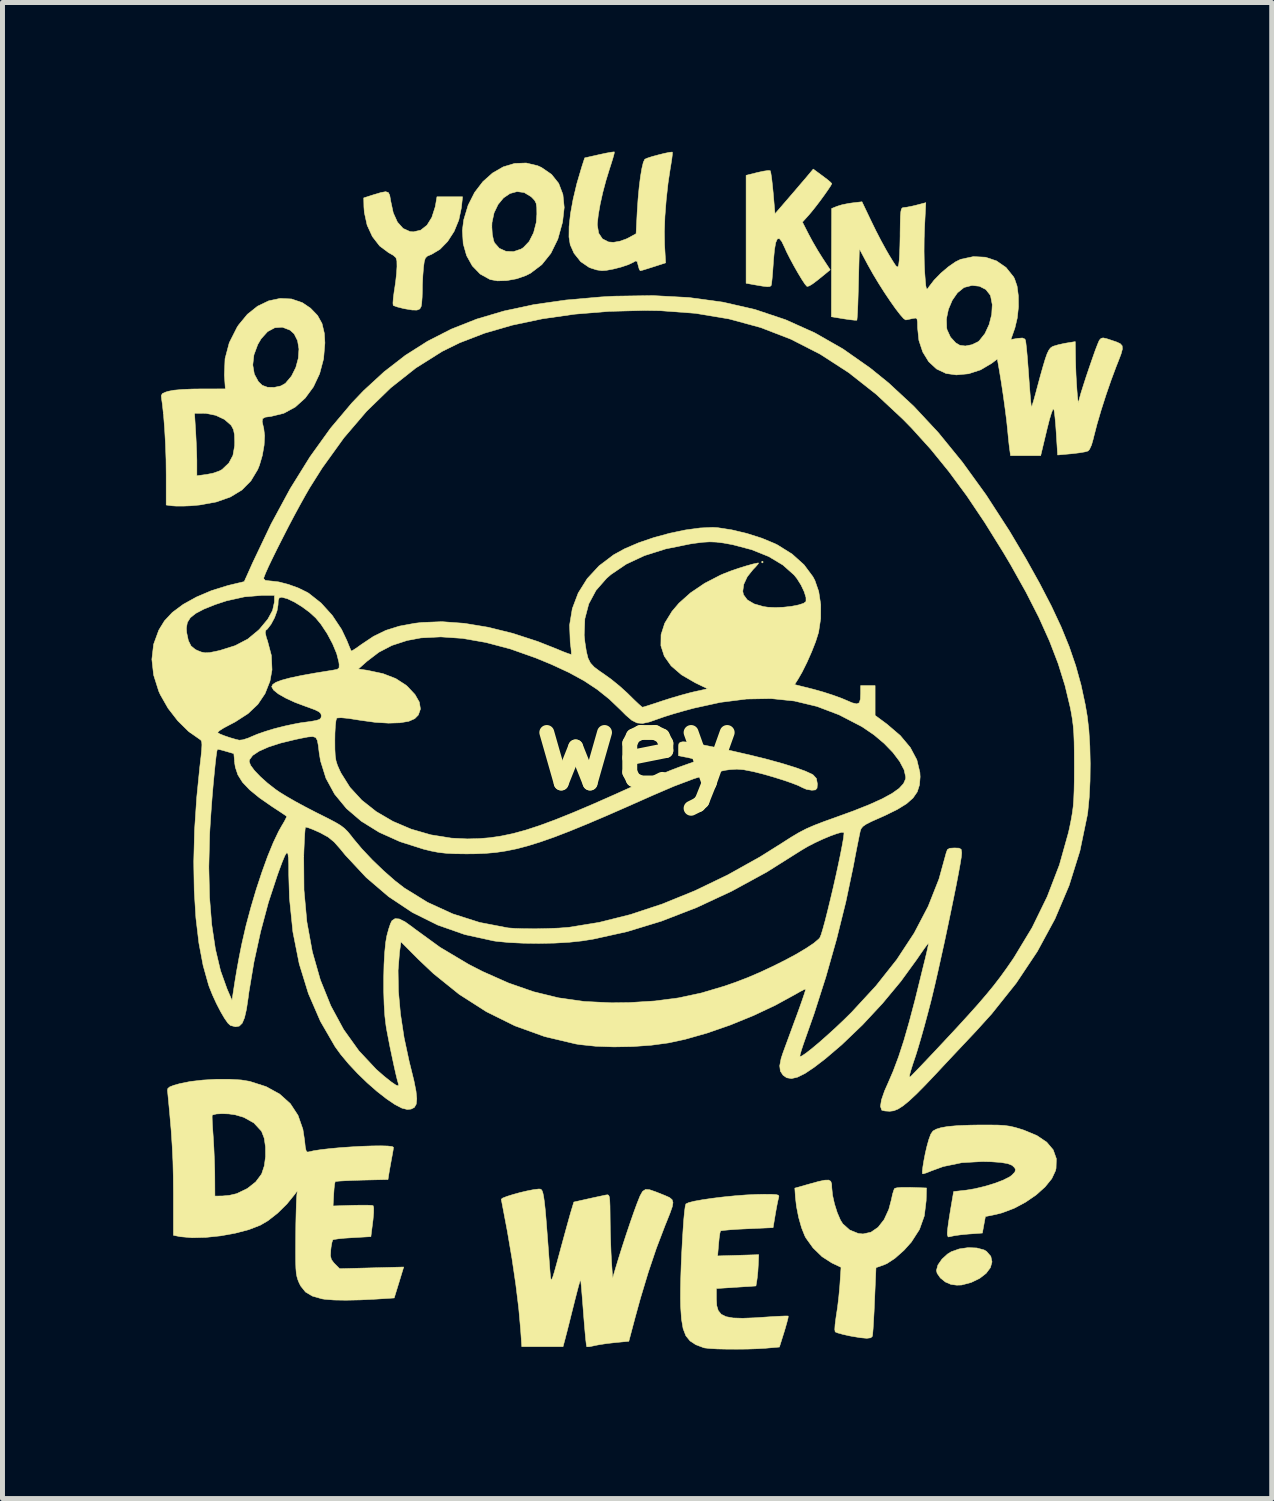
<source format=kicad_pcb>
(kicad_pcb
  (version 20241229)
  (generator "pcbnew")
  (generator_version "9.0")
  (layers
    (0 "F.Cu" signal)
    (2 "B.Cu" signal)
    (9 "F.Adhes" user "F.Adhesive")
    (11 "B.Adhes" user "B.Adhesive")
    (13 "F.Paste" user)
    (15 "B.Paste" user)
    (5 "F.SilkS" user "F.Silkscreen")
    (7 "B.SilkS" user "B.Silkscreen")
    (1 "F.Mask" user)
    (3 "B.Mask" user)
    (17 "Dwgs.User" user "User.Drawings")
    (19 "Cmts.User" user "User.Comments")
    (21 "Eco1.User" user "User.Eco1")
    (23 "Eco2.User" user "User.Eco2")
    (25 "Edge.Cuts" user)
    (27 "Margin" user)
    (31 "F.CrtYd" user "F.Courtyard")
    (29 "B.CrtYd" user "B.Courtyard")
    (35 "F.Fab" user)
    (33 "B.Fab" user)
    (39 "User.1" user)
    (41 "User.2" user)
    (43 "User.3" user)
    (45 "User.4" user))
  (footprint "wey"
    (layer "F.Cu")
    (at 9.764 12.012)
    (property "Reference" "wey" (at 0 0 0) (layer "F.SilkS") (effects (font (size 1.524 1.524) (thickness 0.3))))
    (attr through_hole)
    (fp_poly (pts (xy 2.54 -3.756) (xy 2.522 -3.737) (xy 2.504 -3.756) (xy 2.522 -3.774) (xy 2.54 -3.756)) (stroke (width 0.01) (type solid)) (fill yes) (layer "F.SilkS"))
    (fp_poly (pts (xy 6.836 10.043) (xy 6.981 10.082) (xy 7.031 10.111) (xy 7.118 10.211) (xy 7.142 10.323) (xy 7.109 10.439) (xy 7.024 10.553) (xy 6.894 10.654) (xy 6.725 10.736) (xy 6.531 10.788) (xy 6.432 10.791) (xy 6.318 10.776) (xy 6.314 10.775) (xy 6.203 10.727) (xy 6.103 10.646) (xy 6.038 10.553) (xy 6.024 10.494) (xy 6.054 10.385) (xy 6.134 10.269) (xy 6.247 10.165) (xy 6.321 10.119) (xy 6.482 10.062) (xy 6.661 10.036) (xy 6.836 10.043)) (stroke (width 0.01) (type solid)) (fill yes) (layer "F.SilkS"))
    (fp_poly (pts (xy -1.998 -11.728) (xy -1.921 -11.693) (xy -1.719 -11.554) (xy -1.575 -11.373) (xy -1.49 -11.15) (xy -1.464 -10.888) (xy -1.497 -10.595) (xy -1.592 -10.252) (xy -1.732 -9.966) (xy -1.915 -9.738) (xy -2.142 -9.566) (xy -2.237 -9.518) (xy -2.421 -9.454) (xy -2.619 -9.418) (xy -2.806 -9.412) (xy -2.956 -9.439) (xy -2.957 -9.44) (xy -3.154 -9.549) (xy -3.313 -9.713) (xy -3.428 -9.92) (xy -3.496 -10.16) (xy -3.512 -10.423) (xy -3.503 -10.502) (xy -2.92 -10.502) (xy -2.911 -10.351) (xy -2.885 -10.225) (xy -2.867 -10.178) (xy -2.77 -10.067) (xy -2.637 -10.007) (xy -2.485 -10) (xy -2.333 -10.051) (xy -2.286 -10.081) (xy -2.169 -10.204) (xy -2.08 -10.38) (xy -2.026 -10.588) (xy -2.014 -10.753) (xy -2.016 -10.887) (xy -2.029 -10.973) (xy -2.06 -11.033) (xy -2.116 -11.092) (xy -2.132 -11.106) (xy -2.269 -11.189) (xy -2.413 -11.208) (xy -2.555 -11.169) (xy -2.685 -11.081) (xy -2.794 -10.949) (xy -2.875 -10.781) (xy -2.917 -10.584) (xy -2.92 -10.502) (xy -3.503 -10.502) (xy -3.485 -10.641) (xy -3.397 -10.933) (xy -3.267 -11.19) (xy -3.1 -11.408) (xy -2.906 -11.581) (xy -2.691 -11.705) (xy -2.463 -11.774) (xy -2.229 -11.783) (xy -1.998 -11.728)) (stroke (width 0.01) (type solid)) (fill yes) (layer "F.SilkS"))
    (fp_poly (pts (xy 3.732 -11.524) (xy 3.829 -11.451) (xy 3.896 -11.394) (xy 3.919 -11.368) (xy 3.898 -11.327) (xy 3.843 -11.244) (xy 3.765 -11.133) (xy 3.675 -11.01) (xy 3.582 -10.889) (xy 3.499 -10.786) (xy 3.452 -10.731) (xy 3.328 -10.594) (xy 3.45 -10.355) (xy 3.535 -10.197) (xy 3.638 -10.02) (xy 3.729 -9.875) (xy 3.887 -9.634) (xy 3.785 -9.55) (xy 3.637 -9.43) (xy 3.534 -9.352) (xy 3.467 -9.311) (xy 3.427 -9.3) (xy 3.416 -9.304) (xy 3.378 -9.348) (xy 3.316 -9.442) (xy 3.24 -9.568) (xy 3.157 -9.713) (xy 3.078 -9.86) (xy 3.01 -9.994) (xy 2.972 -10.079) (xy 2.913 -10.203) (xy 2.864 -10.263) (xy 2.824 -10.256) (xy 2.791 -10.182) (xy 2.766 -10.04) (xy 2.746 -9.826) (xy 2.742 -9.763) (xy 2.73 -9.595) (xy 2.718 -9.455) (xy 2.707 -9.357) (xy 2.699 -9.318) (xy 2.674 -9.299) (xy 2.621 -9.295) (xy 2.526 -9.306) (xy 2.377 -9.331) (xy 2.195 -9.364) (xy 2.195 -11.535) (xy 2.427 -11.593) (xy 2.548 -11.619) (xy 2.64 -11.632) (xy 2.681 -11.628) (xy 2.692 -11.585) (xy 2.708 -11.485) (xy 2.724 -11.343) (xy 2.74 -11.183) (xy 2.776 -10.761) (xy 3.072 -11.104) (xy 3.195 -11.247) (xy 3.309 -11.381) (xy 3.401 -11.488) (xy 3.457 -11.555) (xy 3.546 -11.661) (xy 3.732 -11.524)) (stroke (width 0.01) (type solid)) (fill yes) (layer "F.SilkS"))
    (fp_poly (pts (xy -5.002 -11.189) (xy -4.974 -11.134) (xy -4.957 -11.035) (xy -4.955 -11.022) (xy -4.903 -10.78) (xy -4.819 -10.594) (xy -4.706 -10.467) (xy -4.567 -10.404) (xy -4.499 -10.398) (xy -4.351 -10.432) (xy -4.225 -10.531) (xy -4.127 -10.689) (xy -4.059 -10.901) (xy -4.047 -10.967) (xy -4.024 -11.103) (xy -3.509 -11.103) (xy -3.533 -10.88) (xy -3.584 -10.637) (xy -3.678 -10.408) (xy -3.808 -10.206) (xy -3.963 -10.047) (xy -4.133 -9.945) (xy -4.146 -9.94) (xy -4.217 -9.91) (xy -4.257 -9.871) (xy -4.279 -9.802) (xy -4.295 -9.682) (xy -4.295 -9.677) (xy -4.308 -9.515) (xy -4.317 -9.331) (xy -4.318 -9.22) (xy -4.322 -9.083) (xy -4.331 -8.964) (xy -4.341 -8.899) (xy -4.369 -8.848) (xy -4.426 -8.824) (xy -4.525 -8.826) (xy -4.678 -8.852) (xy -4.717 -8.861) (xy -4.82 -8.887) (xy -4.89 -8.912) (xy -4.904 -8.92) (xy -4.909 -8.965) (xy -4.902 -9.062) (xy -4.885 -9.194) (xy -4.878 -9.235) (xy -4.854 -9.401) (xy -4.836 -9.567) (xy -4.828 -9.699) (xy -4.828 -9.706) (xy -4.83 -9.814) (xy -4.849 -9.878) (xy -4.902 -9.926) (xy -4.995 -9.978) (xy -5.176 -10.113) (xy -5.323 -10.303) (xy -5.429 -10.533) (xy -5.485 -10.79) (xy -5.493 -10.897) (xy -5.497 -11.081) (xy -5.298 -11.145) (xy -5.15 -11.189) (xy -5.056 -11.206) (xy -5.002 -11.189)) (stroke (width 0.01) (type solid)) (fill yes) (layer "F.SilkS"))
    (fp_poly (pts (xy 3.898 8.701) (xy 3.916 8.755) (xy 3.919 8.832) (xy 3.934 8.981) (xy 3.973 9.156) (xy 4.028 9.331) (xy 4.092 9.48) (xy 4.14 9.557) (xy 4.28 9.682) (xy 4.451 9.751) (xy 4.547 9.761) (xy 4.706 9.726) (xy 4.85 9.627) (xy 4.972 9.471) (xy 5.066 9.266) (xy 5.117 9.073) (xy 5.142 8.958) (xy 5.169 8.873) (xy 5.184 8.844) (xy 5.232 8.832) (xy 5.333 8.824) (xy 5.469 8.824) (xy 5.519 8.825) (xy 5.824 8.836) (xy 5.817 9.093) (xy 5.78 9.398) (xy 5.682 9.672) (xy 5.519 9.925) (xy 5.373 10.088) (xy 5.188 10.252) (xy 5.028 10.357) (xy 4.971 10.381) (xy 4.808 10.439) (xy 4.779 11.107) (xy 4.77 11.322) (xy 4.759 11.513) (xy 4.75 11.668) (xy 4.741 11.775) (xy 4.735 11.82) (xy 4.702 11.85) (xy 4.623 11.86) (xy 4.493 11.848) (xy 4.303 11.816) (xy 4.267 11.809) (xy 4.138 11.78) (xy 4.038 11.752) (xy 3.987 11.731) (xy 3.987 11.73) (xy 3.979 11.683) (xy 3.985 11.584) (xy 4.002 11.452) (xy 4.008 11.411) (xy 4.035 11.234) (xy 4.06 11.023) (xy 4.079 10.819) (xy 4.082 10.777) (xy 4.105 10.432) (xy 3.919 10.344) (xy 3.723 10.218) (xy 3.542 10.042) (xy 3.397 9.84) (xy 3.377 9.802) (xy 3.311 9.637) (xy 3.252 9.429) (xy 3.208 9.205) (xy 3.187 9.019) (xy 3.175 8.839) (xy 3.465 8.757) (xy 3.65 8.706) (xy 3.776 8.679) (xy 3.855 8.677) (xy 3.898 8.701)) (stroke (width 0.01) (type solid)) (fill yes) (layer "F.SilkS"))
    (fp_poly (pts (xy 7.266 7.571) (xy 7.395 7.579) (xy 7.503 7.594) (xy 7.606 7.618) (xy 7.722 7.653) (xy 7.779 7.671) (xy 8.044 7.781) (xy 8.242 7.914) (xy 8.373 8.069) (xy 8.436 8.246) (xy 8.43 8.442) (xy 8.419 8.489) (xy 8.344 8.649) (xy 8.21 8.814) (xy 8.031 8.975) (xy 7.818 9.121) (xy 7.586 9.245) (xy 7.345 9.336) (xy 7.22 9.368) (xy 7.009 9.411) (xy 6.978 9.577) (xy 6.948 9.743) (xy 6.658 9.764) (xy 6.513 9.778) (xy 6.39 9.795) (xy 6.313 9.811) (xy 6.305 9.814) (xy 6.259 9.821) (xy 6.244 9.778) (xy 6.243 9.738) (xy 6.25 9.658) (xy 6.267 9.528) (xy 6.292 9.369) (xy 6.308 9.271) (xy 6.37 8.908) (xy 6.605 8.882) (xy 6.792 8.852) (xy 6.993 8.804) (xy 7.189 8.745) (xy 7.362 8.68) (xy 7.492 8.615) (xy 7.537 8.583) (xy 7.602 8.516) (xy 7.614 8.465) (xy 7.598 8.43) (xy 7.547 8.381) (xy 7.455 8.345) (xy 7.315 8.322) (xy 7.118 8.308) (xy 6.949 8.304) (xy 6.536 8.327) (xy 6.16 8.405) (xy 5.922 8.492) (xy 5.825 8.531) (xy 5.759 8.551) (xy 5.744 8.55) (xy 5.74 8.506) (xy 5.751 8.41) (xy 5.772 8.281) (xy 5.8 8.137) (xy 5.833 7.996) (xy 5.866 7.877) (xy 5.87 7.863) (xy 5.911 7.752) (xy 5.954 7.69) (xy 6.023 7.652) (xy 6.114 7.624) (xy 6.247 7.6) (xy 6.446 7.582) (xy 6.703 7.572) (xy 6.876 7.569) (xy 7.099 7.569) (xy 7.266 7.571)) (stroke (width 0.01) (type solid)) (fill yes) (layer "F.SilkS"))
    (fp_poly (pts (xy -0.455 -12.005) (xy -0.46 -11.968) (xy -0.485 -11.877) (xy -0.525 -11.749) (xy -0.552 -11.666) (xy -0.623 -11.435) (xy -0.688 -11.191) (xy -0.741 -10.953) (xy -0.778 -10.741) (xy -0.797 -10.572) (xy -0.798 -10.534) (xy -0.771 -10.372) (xy -0.695 -10.257) (xy -0.573 -10.195) (xy -0.474 -10.187) (xy -0.346 -10.209) (xy -0.209 -10.258) (xy -0.171 -10.277) (xy -0.018 -10.361) (xy 0.004 -10.796) (xy 0.021 -11.052) (xy 0.043 -11.29) (xy 0.069 -11.501) (xy 0.098 -11.673) (xy 0.127 -11.795) (xy 0.156 -11.857) (xy 0.158 -11.859) (xy 0.21 -11.882) (xy 0.305 -11.913) (xy 0.424 -11.945) (xy 0.544 -11.975) (xy 0.644 -11.996) (xy 0.704 -12.003) (xy 0.712 -12.001) (xy 0.712 -11.961) (xy 0.701 -11.868) (xy 0.681 -11.74) (xy 0.673 -11.696) (xy 0.625 -11.378) (xy 0.588 -11.042) (xy 0.562 -10.709) (xy 0.551 -10.401) (xy 0.555 -10.141) (xy 0.555 -10.139) (xy 0.576 -9.774) (xy 0.331 -9.695) (xy 0.207 -9.656) (xy 0.113 -9.627) (xy 0.066 -9.616) (xy 0.065 -9.616) (xy 0.045 -9.647) (xy 0.024 -9.723) (xy 0.023 -9.726) (xy 0.004 -9.8) (xy -0.026 -9.813) (xy -0.081 -9.782) (xy -0.177 -9.737) (xy -0.318 -9.69) (xy -0.474 -9.65) (xy -0.62 -9.623) (xy -0.706 -9.617) (xy -0.81 -9.632) (xy -0.932 -9.671) (xy -0.966 -9.685) (xy -1.133 -9.799) (xy -1.267 -9.968) (xy -1.343 -10.139) (xy -1.368 -10.294) (xy -1.366 -10.505) (xy -1.338 -10.761) (xy -1.285 -11.053) (xy -1.21 -11.368) (xy -1.113 -11.697) (xy -1.105 -11.722) (xy -1.052 -11.886) (xy -0.759 -11.952) (xy -0.624 -11.981) (xy -0.518 -12) (xy -0.461 -12.007) (xy -0.455 -12.005)) (stroke (width 0.01) (type solid)) (fill yes) (layer "F.SilkS"))
    (fp_poly (pts (xy 2.704 8.964) (xy 2.797 8.969) (xy 2.843 8.981) (xy 2.855 9.004) (xy 2.848 9.035) (xy 2.831 9.106) (xy 2.808 9.224) (xy 2.783 9.363) (xy 2.782 9.371) (xy 2.738 9.634) (xy 2.22 9.657) (xy 2.033 9.666) (xy 1.873 9.677) (xy 1.754 9.688) (xy 1.689 9.697) (xy 1.681 9.7) (xy 1.668 9.744) (xy 1.654 9.84) (xy 1.642 9.962) (xy 1.622 10.203) (xy 2.449 10.178) (xy 2.44 10.378) (xy 2.432 10.515) (xy 2.419 10.642) (xy 2.412 10.692) (xy 2.393 10.807) (xy 1.995 10.833) (xy 1.597 10.859) (xy 1.597 11.072) (xy 1.605 11.204) (xy 1.635 11.304) (xy 1.695 11.377) (xy 1.792 11.425) (xy 1.933 11.451) (xy 2.127 11.457) (xy 2.381 11.447) (xy 2.541 11.436) (xy 2.721 11.424) (xy 2.873 11.416) (xy 2.984 11.411) (xy 3.039 11.412) (xy 3.043 11.413) (xy 3.039 11.451) (xy 3.016 11.541) (xy 2.98 11.668) (xy 2.961 11.731) (xy 2.865 12.036) (xy 2.588 12.06) (xy 2.419 12.07) (xy 2.222 12.077) (xy 2.011 12.079) (xy 1.804 12.078) (xy 1.616 12.074) (xy 1.464 12.065) (xy 1.362 12.054) (xy 1.342 12.049) (xy 1.184 11.99) (xy 1.067 11.913) (xy 0.983 11.809) (xy 0.928 11.666) (xy 0.895 11.473) (xy 0.878 11.219) (xy 0.878 11.217) (xy 0.875 11.059) (xy 0.876 10.861) (xy 0.881 10.635) (xy 0.889 10.391) (xy 0.9 10.142) (xy 0.913 9.899) (xy 0.927 9.672) (xy 0.941 9.473) (xy 0.956 9.313) (xy 0.971 9.204) (xy 0.984 9.157) (xy 1.039 9.131) (xy 1.153 9.102) (xy 1.315 9.073) (xy 1.512 9.044) (xy 1.733 9.017) (xy 1.964 8.994) (xy 2.193 8.976) (xy 2.407 8.966) (xy 2.552 8.963) (xy 2.704 8.964)) (stroke (width 0.01) (type solid)) (fill yes) (layer "F.SilkS"))
    (fp_poly (pts (xy -6.95 -9.048) (xy -6.733 -8.974) (xy -6.568 -8.863) (xy -6.426 -8.716) (xy -6.336 -8.553) (xy -6.289 -8.355) (xy -6.278 -8.162) (xy -6.305 -7.842) (xy -6.384 -7.545) (xy -6.509 -7.279) (xy -6.675 -7.053) (xy -6.875 -6.873) (xy -7.105 -6.748) (xy -7.358 -6.686) (xy -7.371 -6.684) (xy -7.478 -6.67) (xy -7.531 -6.64) (xy -7.54 -6.579) (xy -7.515 -6.469) (xy -7.509 -6.449) (xy -7.491 -6.298) (xy -7.501 -6.106) (xy -7.537 -5.899) (xy -7.595 -5.702) (xy -7.63 -5.616) (xy -7.767 -5.388) (xy -7.948 -5.205) (xy -8.178 -5.065) (xy -8.46 -4.965) (xy -8.8 -4.903) (xy -8.981 -4.887) (xy -9.129 -4.881) (xy -9.265 -4.881) (xy -9.353 -4.887) (xy -9.471 -4.903) (xy -9.471 -5.509) (xy -9.474 -5.816) (xy -9.485 -6.129) (xy -9.502 -6.432) (xy -9.523 -6.705) (xy -9.528 -6.749) (xy -8.901 -6.749) (xy -8.877 -6.362) (xy -8.867 -6.169) (xy -8.859 -5.973) (xy -8.854 -5.802) (xy -8.854 -5.734) (xy -8.854 -5.491) (xy -8.648 -5.519) (xy -8.515 -5.547) (xy -8.398 -5.589) (xy -8.348 -5.616) (xy -8.21 -5.747) (xy -8.128 -5.901) (xy -8.094 -6.095) (xy -8.092 -6.169) (xy -8.097 -6.317) (xy -8.117 -6.418) (xy -8.157 -6.495) (xy -8.171 -6.513) (xy -8.299 -6.625) (xy -8.474 -6.707) (xy -8.669 -6.746) (xy -8.723 -6.748) (xy -8.901 -6.749) (xy -9.528 -6.749) (xy -9.548 -6.933) (xy -9.562 -7.029) (xy -9.57 -7.102) (xy -9.548 -7.144) (xy -9.48 -7.175) (xy -9.427 -7.191) (xy -9.318 -7.212) (xy -9.153 -7.227) (xy -8.946 -7.236) (xy -8.776 -7.238) (xy -8.281 -7.239) (xy -8.3 -7.516) (xy -8.292 -7.72) (xy -7.729 -7.72) (xy -7.698 -7.537) (xy -7.616 -7.385) (xy -7.539 -7.311) (xy -7.433 -7.272) (xy -7.298 -7.269) (xy -7.165 -7.298) (xy -7.073 -7.35) (xy -6.95 -7.496) (xy -6.863 -7.67) (xy -6.813 -7.856) (xy -6.8 -8.041) (xy -6.828 -8.209) (xy -6.896 -8.345) (xy -6.978 -8.42) (xy -7.135 -8.48) (xy -7.287 -8.469) (xy -7.431 -8.391) (xy -7.561 -8.247) (xy -7.629 -8.131) (xy -7.706 -7.923) (xy -7.729 -7.72) (xy -8.292 -7.72) (xy -8.287 -7.846) (xy -8.202 -8.167) (xy -8.045 -8.478) (xy -8.015 -8.524) (xy -7.837 -8.74) (xy -7.632 -8.903) (xy -7.409 -9.01) (xy -7.179 -9.059) (xy -6.95 -9.048)) (stroke (width 0.01) (type solid)) (fill yes) (layer "F.SilkS"))
    (fp_poly (pts (xy -1.948 8.858) (xy -1.927 8.867) (xy -1.909 8.891) (xy -1.893 8.936) (xy -1.878 9.008) (xy -1.863 9.114) (xy -1.847 9.259) (xy -1.83 9.451) (xy -1.811 9.695) (xy -1.788 9.997) (xy -1.761 10.365) (xy -1.756 10.432) (xy -1.747 10.549) (xy -1.739 10.632) (xy -1.73 10.675) (xy -1.715 10.675) (xy -1.693 10.625) (xy -1.661 10.521) (xy -1.616 10.359) (xy -1.555 10.134) (xy -1.528 10.033) (xy -1.472 9.828) (xy -1.418 9.631) (xy -1.371 9.462) (xy -1.336 9.337) (xy -1.326 9.304) (xy -1.27 9.119) (xy -0.989 9.056) (xy -0.844 9.024) (xy -0.718 8.997) (xy -0.634 8.979) (xy -0.626 8.978) (xy -0.593 8.973) (xy -0.571 8.982) (xy -0.556 9.016) (xy -0.548 9.085) (xy -0.543 9.2) (xy -0.541 9.372) (xy -0.54 9.461) (xy -0.537 9.684) (xy -0.53 9.919) (xy -0.522 10.137) (xy -0.513 10.305) (xy -0.49 10.65) (xy -0.442 10.487) (xy -0.377 10.272) (xy -0.3 10.027) (xy -0.217 9.772) (xy -0.134 9.526) (xy -0.059 9.311) (xy 0.002 9.145) (xy 0.062 8.995) (xy 0.113 8.904) (xy 0.172 8.866) (xy 0.254 8.871) (xy 0.376 8.913) (xy 0.436 8.937) (xy 0.564 8.988) (xy 0.654 9.028) (xy 0.706 9.071) (xy 0.724 9.129) (xy 0.71 9.213) (xy 0.666 9.338) (xy 0.596 9.514) (xy 0.565 9.59) (xy 0.39 10.049) (xy 0.228 10.529) (xy 0.071 11.049) (xy -0.034 11.43) (xy -0.164 11.92) (xy -0.454 11.948) (xy -0.611 11.966) (xy -0.755 11.988) (xy -0.86 12.008) (xy -0.869 12.011) (xy -0.956 12.029) (xy -1.008 12.03) (xy -1.011 12.028) (xy -1.019 11.988) (xy -1.031 11.887) (xy -1.045 11.738) (xy -1.061 11.551) (xy -1.077 11.351) (xy -1.093 11.141) (xy -1.108 10.957) (xy -1.12 10.812) (xy -1.13 10.716) (xy -1.135 10.682) (xy -1.147 10.711) (xy -1.173 10.799) (xy -1.208 10.933) (xy -1.251 11.1) (xy -1.268 11.169) (xy -1.318 11.367) (xy -1.365 11.557) (xy -1.406 11.719) (xy -1.436 11.833) (xy -1.439 11.847) (xy -1.488 12.029) (xy -2.317 12.029) (xy -2.341 11.684) (xy -2.379 11.259) (xy -2.438 10.777) (xy -2.515 10.254) (xy -2.609 9.701) (xy -2.717 9.133) (xy -2.731 9.063) (xy -2.702 9.039) (xy -2.618 9.006) (xy -2.497 8.968) (xy -2.356 8.929) (xy -2.211 8.895) (xy -2.079 8.869) (xy -1.977 8.857) (xy -1.973 8.857) (xy -1.948 8.858)) (stroke (width 0.01) (type solid)) (fill yes) (layer "F.SilkS"))
    (fp_poly (pts (xy -7.963 6.663) (xy -7.792 6.691) (xy -7.461 6.797) (xy -7.189 6.946) (xy -6.974 7.139) (xy -6.819 7.375) (xy -6.721 7.654) (xy -6.687 7.875) (xy -6.673 8.009) (xy -6.657 8.084) (xy -6.633 8.113) (xy -6.608 8.111) (xy -6.503 8.087) (xy -6.352 8.064) (xy -6.167 8.043) (xy -5.96 8.024) (xy -5.743 8.009) (xy -5.528 7.997) (xy -5.327 7.99) (xy -5.151 7.988) (xy -5.014 7.992) (xy -4.926 8.002) (xy -4.899 8.017) (xy -4.905 8.071) (xy -4.922 8.168) (xy -4.933 8.226) (xy -4.958 8.363) (xy -4.982 8.497) (xy -4.988 8.533) (xy -5.009 8.666) (xy -5.532 8.678) (xy -5.719 8.684) (xy -5.878 8.691) (xy -5.998 8.698) (xy -6.063 8.706) (xy -6.071 8.709) (xy -6.082 8.752) (xy -6.093 8.846) (xy -6.101 8.963) (xy -6.114 9.198) (xy -5.727 9.185) (xy -5.565 9.182) (xy -5.43 9.182) (xy -5.339 9.186) (xy -5.308 9.192) (xy -5.297 9.236) (xy -5.298 9.336) (xy -5.31 9.477) (xy -5.315 9.514) (xy -5.353 9.815) (xy -5.724 9.836) (xy -5.881 9.846) (xy -6.01 9.859) (xy -6.095 9.872) (xy -6.119 9.88) (xy -6.136 9.928) (xy -6.153 10.022) (xy -6.16 10.084) (xy -6.166 10.199) (xy -6.148 10.275) (xy -6.099 10.341) (xy -6.079 10.362) (xy -5.981 10.46) (xy -5.337 10.443) (xy -4.693 10.426) (xy -4.788 10.738) (xy -4.884 11.049) (xy -5.245 11.072) (xy -5.567 11.088) (xy -5.854 11.094) (xy -6.095 11.09) (xy -6.279 11.075) (xy -6.338 11.066) (xy -6.53 11.011) (xy -6.668 10.929) (xy -6.765 10.808) (xy -6.796 10.747) (xy -6.821 10.686) (xy -6.84 10.623) (xy -6.854 10.548) (xy -6.862 10.45) (xy -6.866 10.316) (xy -6.867 10.136) (xy -6.866 9.899) (xy -6.865 9.799) (xy -6.863 9.565) (xy -6.858 9.351) (xy -6.853 9.171) (xy -6.847 9.036) (xy -6.841 8.958) (xy -6.839 8.947) (xy -6.832 8.904) (xy -6.851 8.917) (xy -6.884 8.963) (xy -7.043 9.159) (xy -7.23 9.343) (xy -7.424 9.495) (xy -7.576 9.584) (xy -7.805 9.673) (xy -8.079 9.745) (xy -8.375 9.799) (xy -8.673 9.83) (xy -8.95 9.837) (xy -9.187 9.816) (xy -9.212 9.811) (xy -9.325 9.788) (xy -9.325 8.947) (xy -9.328 8.614) (xy -9.335 8.304) (xy -9.35 7.997) (xy -9.371 7.674) (xy -9.394 7.412) (xy -8.547 7.412) (xy -8.544 7.507) (xy -8.536 7.646) (xy -8.525 7.801) (xy -8.512 8.023) (xy -8.501 8.271) (xy -8.494 8.506) (xy -8.493 8.609) (xy -8.491 8.999) (xy -8.337 8.997) (xy -8.198 8.984) (xy -8.061 8.952) (xy -8.044 8.946) (xy -7.839 8.847) (xy -7.67 8.714) (xy -7.555 8.56) (xy -7.549 8.548) (xy -7.497 8.391) (xy -7.472 8.204) (xy -7.473 8.01) (xy -7.499 7.834) (xy -7.551 7.699) (xy -7.557 7.69) (xy -7.708 7.527) (xy -7.909 7.415) (xy -8.082 7.364) (xy -8.211 7.346) (xy -8.345 7.341) (xy -8.461 7.347) (xy -8.535 7.366) (xy -8.546 7.374) (xy -8.547 7.412) (xy -9.394 7.412) (xy -9.402 7.318) (xy -9.441 6.91) (xy -9.445 6.876) (xy -9.438 6.835) (xy -9.399 6.802) (xy -9.314 6.769) (xy -9.198 6.737) (xy -8.985 6.694) (xy -8.732 6.665) (xy -8.463 6.649) (xy -8.199 6.649) (xy -7.963 6.663)) (stroke (width 0.01) (type solid)) (fill yes) (layer "F.SilkS"))
    (fp_poly (pts (xy 4.714 -10.609) (xy 4.808 -10.417) (xy 4.913 -10.214) (xy 5.014 -10.03) (xy 5.072 -9.93) (xy 5.153 -9.798) (xy 5.204 -9.72) (xy 5.235 -9.691) (xy 5.253 -9.702) (xy 5.266 -9.746) (xy 5.266 -9.748) (xy 5.275 -9.822) (xy 5.283 -9.951) (xy 5.289 -10.12) (xy 5.293 -10.312) (xy 5.293 -10.369) (xy 5.296 -10.573) (xy 5.3 -10.715) (xy 5.308 -10.806) (xy 5.32 -10.858) (xy 5.339 -10.881) (xy 5.362 -10.886) (xy 5.433 -10.895) (xy 5.544 -10.917) (xy 5.619 -10.935) (xy 5.81 -10.985) (xy 5.785 -10.488) (xy 5.777 -10.258) (xy 5.775 -10.009) (xy 5.779 -9.772) (xy 5.787 -9.595) (xy 5.8 -9.423) (xy 5.81 -9.314) (xy 5.822 -9.258) (xy 5.837 -9.246) (xy 5.858 -9.268) (xy 5.871 -9.289) (xy 5.975 -9.425) (xy 6.112 -9.566) (xy 6.264 -9.695) (xy 6.41 -9.796) (xy 6.512 -9.846) (xy 6.767 -9.9) (xy 7.01 -9.888) (xy 7.232 -9.814) (xy 7.423 -9.682) (xy 7.574 -9.494) (xy 7.594 -9.458) (xy 7.646 -9.307) (xy 7.672 -9.11) (xy 7.674 -8.889) (xy 7.65 -8.665) (xy 7.602 -8.462) (xy 7.595 -8.443) (xy 7.521 -8.232) (xy 7.656 -8.255) (xy 7.753 -8.263) (xy 7.802 -8.242) (xy 7.814 -8.22) (xy 7.823 -8.167) (xy 7.836 -8.054) (xy 7.851 -7.894) (xy 7.866 -7.7) (xy 7.88 -7.511) (xy 7.895 -7.304) (xy 7.909 -7.125) (xy 7.921 -6.987) (xy 7.931 -6.899) (xy 7.937 -6.872) (xy 7.951 -6.911) (xy 7.979 -7.003) (xy 8.016 -7.134) (xy 8.04 -7.225) (xy 8.111 -7.489) (xy 8.168 -7.691) (xy 8.213 -7.841) (xy 8.25 -7.946) (xy 8.284 -8.016) (xy 8.316 -8.06) (xy 8.35 -8.085) (xy 8.375 -8.097) (xy 8.472 -8.126) (xy 8.598 -8.154) (xy 8.645 -8.162) (xy 8.817 -8.19) (xy 8.822 -7.823) (xy 8.826 -7.677) (xy 8.832 -7.518) (xy 8.841 -7.358) (xy 8.851 -7.21) (xy 8.861 -7.086) (xy 8.871 -6.998) (xy 8.879 -6.959) (xy 8.884 -6.976) (xy 8.899 -7.042) (xy 8.932 -7.159) (xy 8.981 -7.314) (xy 9.038 -7.491) (xy 9.101 -7.677) (xy 9.163 -7.856) (xy 9.219 -8.015) (xy 9.266 -8.137) (xy 9.297 -8.21) (xy 9.303 -8.22) (xy 9.336 -8.255) (xy 9.377 -8.265) (xy 9.449 -8.249) (xy 9.528 -8.223) (xy 9.644 -8.184) (xy 9.721 -8.149) (xy 9.76 -8.106) (xy 9.765 -8.041) (xy 9.738 -7.941) (xy 9.682 -7.794) (xy 9.639 -7.686) (xy 9.538 -7.415) (xy 9.435 -7.117) (xy 9.338 -6.814) (xy 9.254 -6.528) (xy 9.19 -6.28) (xy 9.178 -6.23) (xy 9.144 -6.111) (xy 9.103 -6.022) (xy 9.074 -5.99) (xy 9.012 -5.972) (xy 8.9 -5.953) (xy 8.76 -5.936) (xy 8.74 -5.934) (xy 8.462 -5.909) (xy 8.435 -6.338) (xy 8.423 -6.513) (xy 8.409 -6.665) (xy 8.396 -6.778) (xy 8.385 -6.833) (xy 8.367 -6.828) (xy 8.338 -6.756) (xy 8.297 -6.621) (xy 8.248 -6.427) (xy 8.241 -6.397) (xy 8.121 -5.896) (xy 7.515 -5.896) (xy 7.497 -6.023) (xy 7.484 -6.126) (xy 7.469 -6.269) (xy 7.456 -6.404) (xy 7.436 -6.598) (xy 7.405 -6.84) (xy 7.368 -7.109) (xy 7.327 -7.381) (xy 7.289 -7.612) (xy 7.249 -7.84) (xy 7.133 -7.752) (xy 6.913 -7.622) (xy 6.67 -7.543) (xy 6.424 -7.52) (xy 6.217 -7.549) (xy 6.027 -7.639) (xy 5.868 -7.786) (xy 5.748 -7.982) (xy 5.671 -8.215) (xy 5.645 -8.466) (xy 5.643 -8.584) (xy 5.633 -8.645) (xy 5.629 -8.648) (xy 6.225 -8.648) (xy 6.23 -8.468) (xy 6.238 -8.428) (xy 6.306 -8.281) (xy 6.412 -8.165) (xy 6.495 -8.116) (xy 6.606 -8.102) (xy 6.739 -8.128) (xy 6.857 -8.185) (xy 6.886 -8.208) (xy 7 -8.352) (xy 7.085 -8.536) (xy 7.136 -8.737) (xy 7.147 -8.934) (xy 7.114 -9.105) (xy 7.105 -9.127) (xy 7.018 -9.238) (xy 6.889 -9.304) (xy 6.739 -9.32) (xy 6.587 -9.281) (xy 6.572 -9.273) (xy 6.447 -9.172) (xy 6.342 -9.021) (xy 6.265 -8.839) (xy 6.225 -8.648) (xy 5.629 -8.648) (xy 5.607 -8.664) (xy 5.559 -8.657) (xy 5.552 -8.656) (xy 5.46 -8.636) (xy 5.407 -8.626) (xy 5.366 -8.652) (xy 5.296 -8.731) (xy 5.203 -8.851) (xy 5.095 -9.004) (xy 4.978 -9.178) (xy 4.86 -9.364) (xy 4.748 -9.55) (xy 4.648 -9.728) (xy 4.634 -9.754) (xy 4.473 -10.057) (xy 4.455 -9.346) (xy 4.449 -9.127) (xy 4.443 -8.933) (xy 4.436 -8.777) (xy 4.429 -8.67) (xy 4.424 -8.622) (xy 4.423 -8.621) (xy 4.383 -8.62) (xy 4.291 -8.63) (xy 4.166 -8.648) (xy 4.16 -8.649) (xy 3.911 -8.69) (xy 3.913 -9.779) (xy 3.916 -10.868) (xy 4.025 -10.912) (xy 4.125 -10.943) (xy 4.259 -10.97) (xy 4.33 -10.98) (xy 4.526 -11.003) (xy 4.714 -10.609)) (stroke (width 0.01) (type solid)) (fill yes) (layer "F.SilkS"))
    (fp_poly (pts (xy 1.044 -9.077) (xy 1.728 -8.984) (xy 2.374 -8.836) (xy 2.989 -8.63) (xy 3.577 -8.366) (xy 4.144 -8.042) (xy 4.694 -7.656) (xy 5.062 -7.358) (xy 5.568 -6.889) (xy 6.062 -6.359) (xy 6.546 -5.765) (xy 7.023 -5.106) (xy 7.494 -4.378) (xy 7.822 -3.825) (xy 8.1 -3.326) (xy 8.336 -2.871) (xy 8.533 -2.45) (xy 8.695 -2.052) (xy 8.827 -1.667) (xy 8.933 -1.283) (xy 9.017 -0.891) (xy 9.058 -0.653) (xy 9.09 -0.377) (xy 9.11 -0.053) (xy 9.118 0.297) (xy 9.114 0.649) (xy 9.097 0.981) (xy 9.069 1.271) (xy 9.058 1.343) (xy 8.91 2.057) (xy 8.693 2.751) (xy 8.408 3.424) (xy 8.053 4.079) (xy 7.629 4.715) (xy 7.135 5.334) (xy 6.822 5.68) (xy 6.675 5.836) (xy 6.496 6.026) (xy 6.304 6.23) (xy 6.116 6.431) (xy 6.024 6.53) (xy 5.802 6.764) (xy 5.621 6.947) (xy 5.473 7.085) (xy 5.352 7.184) (xy 5.252 7.248) (xy 5.165 7.283) (xy 5.086 7.293) (xy 5.083 7.293) (xy 4.988 7.287) (xy 4.928 7.273) (xy 4.923 7.269) (xy 4.898 7.194) (xy 4.918 7.064) (xy 4.981 6.882) (xy 5.045 6.738) (xy 5.154 6.485) (xy 5.261 6.2) (xy 5.368 5.872) (xy 5.477 5.493) (xy 5.593 5.055) (xy 5.627 4.917) (xy 5.699 4.625) (xy 5.755 4.397) (xy 5.798 4.224) (xy 5.828 4.098) (xy 5.847 4.012) (xy 5.858 3.959) (xy 5.862 3.931) (xy 5.86 3.92) (xy 5.857 3.919) (xy 5.833 3.947) (xy 5.777 4.023) (xy 5.699 4.135) (xy 5.628 4.239) (xy 5.309 4.678) (xy 4.939 5.123) (xy 4.537 5.555) (xy 4.119 5.955) (xy 3.792 6.234) (xy 3.564 6.409) (xy 3.379 6.533) (xy 3.229 6.607) (xy 3.109 6.635) (xy 3.012 6.619) (xy 2.939 6.568) (xy 2.884 6.485) (xy 2.871 6.378) (xy 2.899 6.233) (xy 2.935 6.122) (xy 2.972 6.021) (xy 3.028 5.869) (xy 3.096 5.684) (xy 3.17 5.482) (xy 3.205 5.389) (xy 3.272 5.204) (xy 3.328 5.045) (xy 3.369 4.923) (xy 3.392 4.849) (xy 3.394 4.834) (xy 3.36 4.845) (xy 3.282 4.885) (xy 3.188 4.939) (xy 2.782 5.161) (xy 2.338 5.37) (xy 1.874 5.559) (xy 1.41 5.72) (xy 0.966 5.846) (xy 0.632 5.918) (xy 0.29 5.964) (xy -0.084 5.991) (xy -0.465 5.998) (xy -0.83 5.985) (xy -1.155 5.951) (xy -1.234 5.938) (xy -1.858 5.79) (xy -2.457 5.574) (xy -3.03 5.29) (xy -3.577 4.94) (xy -4.096 4.522) (xy -4.397 4.237) (xy -4.748 3.884) (xy -4.777 4.092) (xy -4.806 4.461) (xy -4.799 4.879) (xy -4.758 5.334) (xy -4.685 5.813) (xy -4.58 6.303) (xy -4.552 6.414) (xy -4.486 6.682) (xy -4.445 6.89) (xy -4.43 7.043) (xy -4.441 7.15) (xy -4.479 7.216) (xy -4.544 7.249) (xy -4.621 7.257) (xy -4.729 7.23) (xy -4.873 7.155) (xy -5.043 7.039) (xy -5.231 6.892) (xy -5.426 6.721) (xy -5.619 6.534) (xy -5.8 6.341) (xy -5.961 6.148) (xy -6.072 5.995) (xy -6.369 5.482) (xy -6.61 4.925) (xy -6.795 4.325) (xy -6.922 3.685) (xy -6.991 3.006) (xy -7.005 2.547) (xy -7.006 2.331) (xy -7.012 2.184) (xy -7.014 2.168) (xy -6.704 2.168) (xy -6.699 2.84) (xy -6.641 3.48) (xy -6.531 4.084) (xy -6.37 4.649) (xy -6.159 5.172) (xy -5.901 5.649) (xy -5.595 6.076) (xy -5.244 6.451) (xy -5.086 6.589) (xy -4.944 6.702) (xy -4.85 6.766) (xy -4.802 6.782) (xy -4.796 6.752) (xy -4.801 6.735) (xy -4.821 6.667) (xy -4.851 6.543) (xy -4.888 6.379) (xy -4.928 6.192) (xy -4.969 5.998) (xy -5.005 5.812) (xy -5.036 5.65) (xy -5.049 5.57) (xy -5.072 5.378) (xy -5.087 5.141) (xy -5.095 4.878) (xy -5.095 4.605) (xy -5.089 4.339) (xy -5.075 4.095) (xy -5.055 3.893) (xy -5.031 3.758) (xy -4.995 3.626) (xy -4.959 3.519) (xy -4.93 3.46) (xy -4.929 3.459) (xy -4.867 3.418) (xy -4.782 3.424) (xy -4.667 3.481) (xy -4.515 3.59) (xy -4.481 3.617) (xy -3.961 3.995) (xy -3.385 4.338) (xy -3.102 4.483) (xy -2.581 4.714) (xy -2.078 4.889) (xy -1.577 5.011) (xy -1.061 5.084) (xy -0.512 5.111) (xy -0.151 5.106) (xy 0.363 5.074) (xy 0.836 5.012) (xy 1.293 4.914) (xy 1.761 4.775) (xy 1.985 4.697) (xy 2.232 4.602) (xy 2.488 4.492) (xy 2.744 4.372) (xy 2.989 4.249) (xy 3.214 4.128) (xy 3.406 4.013) (xy 3.557 3.912) (xy 3.655 3.829) (xy 3.681 3.798) (xy 3.706 3.736) (xy 3.741 3.619) (xy 3.786 3.455) (xy 3.836 3.257) (xy 3.89 3.035) (xy 3.946 2.799) (xy 4 2.561) (xy 4.05 2.331) (xy 4.094 2.12) (xy 4.129 1.939) (xy 4.154 1.798) (xy 4.164 1.709) (xy 4.162 1.683) (xy 4.115 1.681) (xy 4.019 1.708) (xy 3.888 1.755) (xy 3.738 1.818) (xy 3.583 1.89) (xy 3.437 1.965) (xy 3.317 2.036) (xy 3.302 2.045) (xy 2.61 2.481) (xy 1.906 2.865) (xy 1.198 3.195) (xy 0.493 3.468) (xy -0.202 3.68) (xy -0.88 3.83) (xy -1.107 3.866) (xy -1.361 3.893) (xy -1.657 3.91) (xy -1.973 3.916) (xy -2.287 3.912) (xy -2.58 3.898) (xy -2.827 3.874) (xy -2.886 3.865) (xy -3.464 3.738) (xy -4.008 3.547) (xy -4.519 3.293) (xy -4.998 2.974) (xy -5.447 2.59) (xy -5.868 2.139) (xy -5.97 2.014) (xy -6.091 1.877) (xy -6.212 1.778) (xy -6.366 1.693) (xy -6.398 1.678) (xy -6.52 1.624) (xy -6.615 1.588) (xy -6.665 1.576) (xy -6.669 1.577) (xy -6.676 1.617) (xy -6.684 1.717) (xy -6.692 1.865) (xy -6.7 2.046) (xy -6.704 2.168) (xy -7.014 2.168) (xy -7.024 2.104) (xy -7.047 2.093) (xy -7.083 2.15) (xy -7.136 2.276) (xy -7.208 2.47) (xy -7.237 2.552) (xy -7.415 3.093) (xy -7.572 3.681) (xy -7.705 4.289) (xy -7.806 4.892) (xy -7.821 5.007) (xy -7.856 5.242) (xy -7.895 5.411) (xy -7.941 5.521) (xy -8 5.579) (xy -8.076 5.593) (xy -8.173 5.568) (xy -8.179 5.566) (xy -8.229 5.52) (xy -8.298 5.422) (xy -8.378 5.285) (xy -8.461 5.124) (xy -8.539 4.954) (xy -8.605 4.79) (xy -8.619 4.749) (xy -8.728 4.36) (xy -8.813 3.909) (xy -8.873 3.404) (xy -8.907 2.852) (xy -8.915 2.38) (xy -8.613 2.38) (xy -8.599 2.985) (xy -8.555 3.536) (xy -8.481 4.03) (xy -8.378 4.464) (xy -8.246 4.833) (xy -8.147 5.061) (xy -8.087 4.671) (xy -8.051 4.456) (xy -8.007 4.214) (xy -7.962 3.987) (xy -7.946 3.91) (xy -7.864 3.554) (xy -7.766 3.189) (xy -7.659 2.828) (xy -7.545 2.483) (xy -7.43 2.165) (xy -7.316 1.887) (xy -7.209 1.662) (xy -7.151 1.559) (xy -7.092 1.459) (xy -7.055 1.386) (xy -7.047 1.359) (xy -7.08 1.336) (xy -7.16 1.282) (xy -7.273 1.208) (xy -7.336 1.167) (xy -7.595 0.987) (xy -7.793 0.825) (xy -7.936 0.674) (xy -8.029 0.525) (xy -8.08 0.372) (xy -8.092 0.294) (xy -8.095 0.258) (xy -7.801 0.258) (xy -7.773 0.334) (xy -7.695 0.439) (xy -7.577 0.562) (xy -7.432 0.692) (xy -7.269 0.819) (xy -7.186 0.876) (xy -7.051 0.959) (xy -6.872 1.062) (xy -6.669 1.172) (xy -6.462 1.279) (xy -6.404 1.308) (xy -6.21 1.405) (xy -6.068 1.48) (xy -5.964 1.542) (xy -5.885 1.602) (xy -5.818 1.669) (xy -5.75 1.752) (xy -5.707 1.808) (xy -5.536 2.012) (xy -5.326 2.235) (xy -5.096 2.456) (xy -4.867 2.657) (xy -4.681 2.801) (xy -4.213 3.09) (xy -3.706 3.322) (xy -3.166 3.494) (xy -2.604 3.602) (xy -2.594 3.604) (xy -2.45 3.615) (xy -2.254 3.621) (xy -2.029 3.622) (xy -1.796 3.617) (xy -1.575 3.608) (xy -1.389 3.594) (xy -1.361 3.591) (xy -0.76 3.493) (xy -0.133 3.336) (xy 0.513 3.122) (xy 1.168 2.855) (xy 1.826 2.538) (xy 2.476 2.175) (xy 2.911 1.902) (xy 3.098 1.782) (xy 3.256 1.688) (xy 3.406 1.61) (xy 3.567 1.54) (xy 3.759 1.466) (xy 3.963 1.393) (xy 4.352 1.252) (xy 4.674 1.124) (xy 4.933 1.007) (xy 5.131 0.899) (xy 5.273 0.798) (xy 5.362 0.701) (xy 5.403 0.607) (xy 5.406 0.569) (xy 5.373 0.423) (xy 5.284 0.255) (xy 5.148 0.075) (xy 4.973 -0.106) (xy 4.768 -0.279) (xy 4.542 -0.433) (xy 4.51 -0.452) (xy 4.066 -0.682) (xy 3.621 -0.851) (xy 3.167 -0.96) (xy 2.697 -1.009) (xy 2.203 -1) (xy 1.677 -0.933) (xy 1.143 -0.816) (xy 0.94 -0.761) (xy 0.737 -0.703) (xy 0.558 -0.647) (xy 0.426 -0.601) (xy 0.247 -0.538) (xy 0.112 -0.509) (xy 0.001 -0.519) (xy -0.104 -0.572) (xy -0.222 -0.673) (xy -0.328 -0.779) (xy -0.557 -0.998) (xy -0.798 -1.191) (xy -1.064 -1.367) (xy -1.368 -1.533) (xy -1.722 -1.697) (xy -2.04 -1.828) (xy -2.549 -2.008) (xy -3.041 -2.138) (xy -3.509 -2.22) (xy -3.946 -2.25) (xy -4.345 -2.23) (xy -4.623 -2.178) (xy -4.93 -2.078) (xy -5.193 -1.941) (xy -5.43 -1.76) (xy -5.606 -1.604) (xy -5.425 -1.578) (xy -5.11 -1.511) (xy -4.853 -1.412) (xy -4.646 -1.278) (xy -4.617 -1.252) (xy -4.466 -1.091) (xy -4.379 -0.939) (xy -4.356 -0.799) (xy -4.399 -0.678) (xy -4.471 -0.605) (xy -4.591 -0.552) (xy -4.77 -0.522) (xy -4.998 -0.515) (xy -5.265 -0.531) (xy -5.562 -0.572) (xy -5.588 -0.576) (xy -5.803 -0.61) (xy -5.951 -0.624) (xy -6.03 -0.619) (xy -6.042 -0.613) (xy -6.056 -0.564) (xy -6.068 -0.459) (xy -6.076 -0.313) (xy -6.078 -0.17) (xy -6.077 0.011) (xy -6.07 0.141) (xy -6.055 0.24) (xy -6.027 0.33) (xy -5.982 0.432) (xy -5.954 0.49) (xy -5.775 0.775) (xy -5.536 1.035) (xy -5.245 1.265) (xy -4.91 1.461) (xy -4.541 1.618) (xy -4.146 1.732) (xy -3.733 1.798) (xy -3.413 1.814) (xy -3.184 1.808) (xy -2.959 1.79) (xy -2.731 1.756) (xy -2.492 1.706) (xy -2.236 1.636) (xy -1.955 1.544) (xy -1.641 1.428) (xy -1.288 1.286) (xy -0.888 1.116) (xy -0.433 0.915) (xy -0.254 0.834) (xy -0.01 0.725) (xy 0.238 0.617) (xy 0.475 0.518) (xy 0.682 0.433) (xy 0.844 0.371) (xy 0.87 0.362) (xy 1.25 0.226) (xy 0.835 0.14) (xy 0.835 -0.003) (xy 0.836 -0.062) (xy 0.845 -0.104) (xy 0.871 -0.13) (xy 0.924 -0.14) (xy 1.013 -0.134) (xy 1.147 -0.112) (xy 1.335 -0.076) (xy 1.542 -0.034) (xy 1.934 0.049) (xy 2.302 0.134) (xy 2.639 0.218) (xy 2.937 0.301) (xy 3.188 0.379) (xy 3.385 0.45) (xy 3.52 0.512) (xy 3.544 0.527) (xy 3.609 0.598) (xy 3.629 0.708) (xy 3.629 0.708) (xy 3.622 0.793) (xy 3.591 0.828) (xy 3.518 0.835) (xy 3.409 0.817) (xy 3.328 0.782) (xy 3.244 0.74) (xy 3.106 0.687) (xy 2.931 0.627) (xy 2.735 0.566) (xy 2.536 0.509) (xy 2.349 0.462) (xy 2.315 0.455) (xy 2.146 0.422) (xy 2.009 0.411) (xy 1.868 0.42) (xy 1.782 0.432) (xy 1.491 0.495) (xy 1.147 0.602) (xy 0.747 0.753) (xy 0.327 0.933) (xy -0.178 1.157) (xy -0.623 1.352) (xy -1.016 1.519) (xy -1.363 1.661) (xy -1.67 1.779) (xy -1.944 1.875) (xy -2.191 1.952) (xy -2.417 2.012) (xy -2.629 2.055) (xy -2.833 2.086) (xy -3.036 2.104) (xy -3.244 2.113) (xy -3.429 2.115) (xy -3.658 2.112) (xy -3.838 2.103) (xy -3.992 2.086) (xy -4.142 2.057) (xy -4.293 2.02) (xy -4.768 1.869) (xy -5.186 1.681) (xy -5.546 1.458) (xy -5.845 1.202) (xy -6.083 0.913) (xy -6.257 0.594) (xy -6.366 0.246) (xy -6.393 0.082) (xy -6.411 -0.068) (xy -6.43 -0.168) (xy -6.462 -0.225) (xy -6.521 -0.245) (xy -6.619 -0.237) (xy -6.769 -0.208) (xy -6.876 -0.185) (xy -7.169 -0.114) (xy -7.413 -0.035) (xy -7.602 0.049) (xy -7.731 0.135) (xy -7.795 0.222) (xy -7.801 0.258) (xy -8.095 0.258) (xy -8.11 0.098) (xy -8.272 0.051) (xy -8.369 0.024) (xy -8.43 0.011) (xy -8.441 0.011) (xy -8.452 0.054) (xy -8.467 0.158) (xy -8.485 0.312) (xy -8.504 0.503) (xy -8.525 0.721) (xy -8.545 0.955) (xy -8.563 1.192) (xy -8.579 1.421) (xy -8.592 1.631) (xy -8.597 1.724) (xy -8.613 2.38) (xy -8.915 2.38) (xy -8.916 2.26) (xy -8.9 1.635) (xy -8.857 0.985) (xy -8.795 0.368) (xy -8.771 0.163) (xy -8.757 0.018) (xy -8.752 -0.077) (xy -8.756 -0.135) (xy -8.769 -0.168) (xy -8.791 -0.186) (xy -8.792 -0.187) (xy -8.987 -0.324) (xy -8.435 -0.324) (xy -8.393 -0.298) (xy -8.303 -0.262) (xy -8.189 -0.223) (xy -8.072 -0.189) (xy -8.001 -0.172) (xy -7.928 -0.18) (xy -7.822 -0.214) (xy -7.755 -0.243) (xy -7.639 -0.292) (xy -7.481 -0.347) (xy -7.308 -0.4) (xy -7.247 -0.416) (xy -7.075 -0.459) (xy -6.906 -0.495) (xy -6.769 -0.521) (xy -6.731 -0.526) (xy -6.561 -0.549) (xy -6.451 -0.569) (xy -6.387 -0.59) (xy -6.358 -0.619) (xy -6.35 -0.658) (xy -6.35 -0.666) (xy -6.36 -0.707) (xy -6.398 -0.744) (xy -6.476 -0.783) (xy -6.608 -0.832) (xy -6.662 -0.851) (xy -6.881 -0.933) (xy -7.069 -1.02) (xy -7.216 -1.104) (xy -7.312 -1.182) (xy -7.348 -1.246) (xy -7.348 -1.249) (xy -7.327 -1.293) (xy -7.263 -1.336) (xy -7.149 -1.379) (xy -6.982 -1.424) (xy -6.756 -1.472) (xy -6.467 -1.524) (xy -6.119 -1.58) (xy -6.029 -1.597) (xy -5.993 -1.628) (xy -5.991 -1.695) (xy -5.998 -1.746) (xy -6.041 -1.914) (xy -6.123 -2.111) (xy -6.232 -2.315) (xy -6.357 -2.504) (xy -6.462 -2.631) (xy -6.587 -2.745) (xy -6.736 -2.855) (xy -6.89 -2.95) (xy -7.031 -3.017) (xy -7.141 -3.047) (xy -7.154 -3.048) (xy -7.197 -3.035) (xy -7.217 -2.982) (xy -7.221 -2.892) (xy -7.241 -2.774) (xy -7.291 -2.636) (xy -7.361 -2.505) (xy -7.435 -2.408) (xy -7.468 -2.381) (xy -7.478 -2.334) (xy -7.455 -2.232) (xy -7.434 -2.175) (xy -7.355 -1.877) (xy -7.342 -1.587) (xy -7.383 -1.36) (xy -7.482 -1.109) (xy -7.627 -0.893) (xy -7.825 -0.706) (xy -8.084 -0.539) (xy -8.191 -0.483) (xy -8.31 -0.42) (xy -8.396 -0.366) (xy -8.435 -0.33) (xy -8.435 -0.324) (xy -8.987 -0.324) (xy -9.02 -0.347) (xy -9.239 -0.563) (xy -9.434 -0.815) (xy -9.589 -1.087) (xy -9.621 -1.158) (xy -9.724 -1.484) (xy -9.759 -1.799) (xy -9.724 -2.101) (xy -9.62 -2.385) (xy -9.594 -2.428) (xy -9.065 -2.428) (xy -9.059 -2.338) (xy -9.025 -2.176) (xy -8.971 -2.068) (xy -8.885 -1.997) (xy -8.842 -1.976) (xy -8.76 -1.944) (xy -8.688 -1.93) (xy -8.605 -1.933) (xy -8.487 -1.956) (xy -8.388 -1.978) (xy -8.083 -2.074) (xy -7.829 -2.207) (xy -7.612 -2.387) (xy -7.587 -2.413) (xy -7.427 -2.606) (xy -7.331 -2.782) (xy -7.294 -2.949) (xy -7.293 -2.974) (xy -7.293 -3.084) (xy -7.556 -3.084) (xy -7.895 -3.056) (xy -8.255 -2.976) (xy -8.483 -2.901) (xy -8.712 -2.809) (xy -8.876 -2.723) (xy -8.985 -2.636) (xy -9.045 -2.54) (xy -9.065 -2.428) (xy -9.594 -2.428) (xy -9.506 -2.572) (xy -9.348 -2.741) (xy -9.129 -2.904) (xy -8.862 -3.052) (xy -8.559 -3.181) (xy -8.231 -3.283) (xy -8.169 -3.298) (xy -7.902 -3.362) (xy -7.874 -3.422) (xy -7.511 -3.422) (xy -7.477 -3.387) (xy -7.377 -3.375) (xy -7.37 -3.375) (xy -7.207 -3.356) (xy -7.013 -3.306) (xy -6.814 -3.234) (xy -6.64 -3.149) (xy -6.604 -3.128) (xy -6.356 -2.932) (xy -6.131 -2.684) (xy -5.943 -2.401) (xy -5.837 -2.178) (xy -5.793 -2.069) (xy -5.76 -1.991) (xy -5.748 -1.965) (xy -5.717 -1.979) (xy -5.644 -2.026) (xy -5.545 -2.097) (xy -5.301 -2.26) (xy -5.053 -2.381) (xy -4.782 -2.466) (xy -4.469 -2.524) (xy -4.33 -2.54) (xy -3.922 -2.556) (xy -3.473 -2.523) (xy -2.995 -2.444) (xy -2.498 -2.321) (xy -1.995 -2.157) (xy -1.623 -2.01) (xy -1.492 -1.955) (xy -1.389 -1.916) (xy -1.329 -1.897) (xy -1.321 -1.896) (xy -1.32 -1.935) (xy -1.328 -2.026) (xy -1.343 -2.142) (xy -1.348 -2.285) (xy -1.062 -2.285) (xy -1.047 -2.141) (xy -1.018 -1.955) (xy -0.985 -1.822) (xy -0.936 -1.724) (xy -0.86 -1.642) (xy -0.746 -1.557) (xy -0.675 -1.509) (xy -0.52 -1.398) (xy -0.348 -1.258) (xy -0.191 -1.116) (xy -0.159 -1.084) (xy -0.051 -0.978) (xy 0.038 -0.894) (xy 0.095 -0.844) (xy 0.11 -0.835) (xy 0.151 -0.845) (xy 0.245 -0.875) (xy 0.378 -0.918) (xy 0.5 -0.959) (xy 0.691 -1.02) (xy 0.893 -1.079) (xy 1.074 -1.128) (xy 1.145 -1.145) (xy 1.421 -1.206) (xy 1.173 -1.326) (xy 0.896 -1.487) (xy 0.687 -1.667) (xy 0.549 -1.863) (xy 0.481 -2.073) (xy 0.484 -2.294) (xy 0.558 -2.525) (xy 0.704 -2.763) (xy 0.844 -2.928) (xy 1.076 -3.135) (xy 1.361 -3.328) (xy 1.678 -3.492) (xy 1.755 -3.525) (xy 1.892 -3.578) (xy 2.047 -3.631) (xy 2.201 -3.679) (xy 2.333 -3.716) (xy 2.426 -3.736) (xy 2.445 -3.737) (xy 2.435 -3.715) (xy 2.384 -3.656) (xy 2.331 -3.601) (xy 2.218 -3.459) (xy 2.148 -3.308) (xy 2.128 -3.168) (xy 2.142 -3.099) (xy 2.219 -2.995) (xy 2.356 -2.914) (xy 2.543 -2.86) (xy 2.633 -2.847) (xy 2.784 -2.84) (xy 2.948 -2.847) (xy 3.11 -2.865) (xy 3.25 -2.893) (xy 3.353 -2.926) (xy 3.4 -2.962) (xy 3.4 -3.042) (xy 3.364 -3.158) (xy 3.301 -3.292) (xy 3.22 -3.421) (xy 3.161 -3.495) (xy 2.936 -3.695) (xy 2.651 -3.866) (xy 2.311 -4.003) (xy 1.925 -4.105) (xy 1.739 -4.139) (xy 1.595 -4.157) (xy 1.464 -4.162) (xy 1.323 -4.154) (xy 1.144 -4.131) (xy 1.067 -4.119) (xy 0.578 -4.02) (xy 0.151 -3.885) (xy -0.215 -3.714) (xy -0.522 -3.506) (xy -0.612 -3.428) (xy -0.824 -3.186) (xy -0.97 -2.914) (xy -1.049 -2.614) (xy -1.062 -2.285) (xy -1.348 -2.285) (xy -1.356 -2.486) (xy -1.301 -2.819) (xy -1.182 -3.133) (xy -1.001 -3.422) (xy -0.762 -3.68) (xy -0.47 -3.901) (xy -0.246 -4.024) (xy 0.032 -4.143) (xy 0.339 -4.248) (xy 0.659 -4.335) (xy 0.974 -4.401) (xy 1.268 -4.441) (xy 1.522 -4.453) (xy 1.623 -4.447) (xy 1.908 -4.403) (xy 2.214 -4.33) (xy 2.512 -4.235) (xy 2.774 -4.126) (xy 2.828 -4.099) (xy 3.121 -3.916) (xy 3.36 -3.701) (xy 3.538 -3.462) (xy 3.578 -3.388) (xy 3.656 -3.163) (xy 3.696 -2.899) (xy 3.695 -2.619) (xy 3.654 -2.347) (xy 3.647 -2.322) (xy 3.594 -2.154) (xy 3.514 -1.951) (xy 3.42 -1.738) (xy 3.322 -1.541) (xy 3.24 -1.399) (xy 3.171 -1.291) (xy 3.554 -1.195) (xy 3.746 -1.141) (xy 3.944 -1.077) (xy 4.117 -1.014) (xy 4.188 -0.984) (xy 4.331 -0.923) (xy 4.422 -0.902) (xy 4.472 -0.925) (xy 4.494 -0.998) (xy 4.499 -1.116) (xy 4.499 -1.27) (xy 4.79 -1.27) (xy 4.79 -0.971) (xy 4.79 -0.671) (xy 5.028 -0.495) (xy 5.296 -0.266) (xy 5.498 -0.025) (xy 5.63 0.223) (xy 5.691 0.477) (xy 5.696 0.566) (xy 5.683 0.728) (xy 5.638 0.868) (xy 5.553 0.991) (xy 5.422 1.107) (xy 5.237 1.221) (xy 4.991 1.342) (xy 4.881 1.391) (xy 4.718 1.463) (xy 4.61 1.518) (xy 4.544 1.564) (xy 4.509 1.608) (xy 4.492 1.654) (xy 4.477 1.724) (xy 4.451 1.852) (xy 4.417 2.022) (xy 4.379 2.219) (xy 4.353 2.359) (xy 4.202 3.078) (xy 4.015 3.831) (xy 3.8 4.59) (xy 3.563 5.331) (xy 3.404 5.782) (xy 3.349 5.938) (xy 3.306 6.068) (xy 3.281 6.157) (xy 3.277 6.192) (xy 3.315 6.181) (xy 3.396 6.127) (xy 3.513 6.036) (xy 3.657 5.916) (xy 3.819 5.773) (xy 3.992 5.616) (xy 4.167 5.45) (xy 4.318 5.301) (xy 4.807 4.771) (xy 5.226 4.242) (xy 5.576 3.709) (xy 5.858 3.17) (xy 6.075 2.621) (xy 6.22 2.095) (xy 6.244 2.03) (xy 6.291 2.002) (xy 6.386 1.996) (xy 6.387 1.996) (xy 6.48 2) (xy 6.521 2.024) (xy 6.531 2.082) (xy 6.531 2.107) (xy 6.524 2.181) (xy 6.502 2.316) (xy 6.468 2.504) (xy 6.424 2.734) (xy 6.371 2.997) (xy 6.312 3.284) (xy 6.249 3.586) (xy 6.184 3.893) (xy 6.117 4.196) (xy 6.053 4.485) (xy 5.992 4.752) (xy 5.936 4.986) (xy 5.913 5.08) (xy 5.848 5.329) (xy 5.78 5.583) (xy 5.712 5.823) (xy 5.651 6.03) (xy 5.608 6.169) (xy 5.547 6.35) (xy 5.508 6.474) (xy 5.487 6.55) (xy 5.482 6.59) (xy 5.489 6.603) (xy 5.493 6.604) (xy 5.52 6.579) (xy 5.59 6.507) (xy 5.697 6.396) (xy 5.833 6.253) (xy 5.992 6.085) (xy 6.155 5.911) (xy 6.432 5.614) (xy 6.665 5.359) (xy 6.862 5.139) (xy 7.03 4.943) (xy 7.177 4.764) (xy 7.309 4.592) (xy 7.435 4.418) (xy 7.562 4.234) (xy 7.59 4.191) (xy 7.948 3.599) (xy 8.252 2.976) (xy 8.498 2.336) (xy 8.678 1.693) (xy 8.699 1.602) (xy 8.732 1.439) (xy 8.757 1.297) (xy 8.775 1.161) (xy 8.786 1.015) (xy 8.793 0.842) (xy 8.797 0.628) (xy 8.798 0.363) (xy 8.797 0.086) (xy 8.794 -0.133) (xy 8.787 -0.311) (xy 8.775 -0.462) (xy 8.757 -0.603) (xy 8.732 -0.748) (xy 8.715 -0.835) (xy 8.611 -1.269) (xy 8.474 -1.709) (xy 8.299 -2.165) (xy 8.084 -2.643) (xy 7.825 -3.151) (xy 7.518 -3.699) (xy 7.371 -3.947) (xy 6.998 -4.547) (xy 6.636 -5.086) (xy 6.275 -5.575) (xy 5.909 -6.025) (xy 5.529 -6.445) (xy 5.353 -6.625) (xy 4.81 -7.132) (xy 4.256 -7.568) (xy 3.687 -7.936) (xy 3.099 -8.237) (xy 2.488 -8.473) (xy 1.848 -8.647) (xy 1.176 -8.759) (xy 0.466 -8.812) (xy 0.152 -8.817) (xy -0.565 -8.798) (xy -1.251 -8.742) (xy -1.901 -8.649) (xy -2.508 -8.521) (xy -3.067 -8.359) (xy -3.57 -8.165) (xy -3.919 -7.993) (xy -4.448 -7.66) (xy -4.955 -7.259) (xy -5.438 -6.79) (xy -5.897 -6.253) (xy -6.332 -5.649) (xy -6.585 -5.248) (xy -6.674 -5.093) (xy -6.778 -4.906) (xy -6.892 -4.696) (xy -7.009 -4.474) (xy -7.124 -4.249) (xy -7.234 -4.032) (xy -7.332 -3.833) (xy -7.414 -3.662) (xy -7.473 -3.529) (xy -7.506 -3.444) (xy -7.511 -3.422) (xy -7.874 -3.422) (xy -7.732 -3.74) (xy -7.361 -4.52) (xy -6.977 -5.23) (xy -6.578 -5.872) (xy -6.164 -6.448) (xy -5.734 -6.958) (xy -5.5 -7.203) (xy -5.088 -7.582) (xy -4.661 -7.913) (xy -4.212 -8.198) (xy -3.736 -8.441) (xy -3.225 -8.643) (xy -2.674 -8.806) (xy -2.077 -8.934) (xy -1.428 -9.027) (xy -0.72 -9.089) (xy -0.454 -9.104) (xy 0.319 -9.116) (xy 1.044 -9.077)) (stroke (width 0.01) (type solid)) (fill yes) (layer "F.SilkS")))
  (gr_rect
    (start -3 -3)
    (end 22.533 27.096)
    (stroke (width 0.1) (type default))
    (fill no)
    (layer "Edge.Cuts")))
</source>
